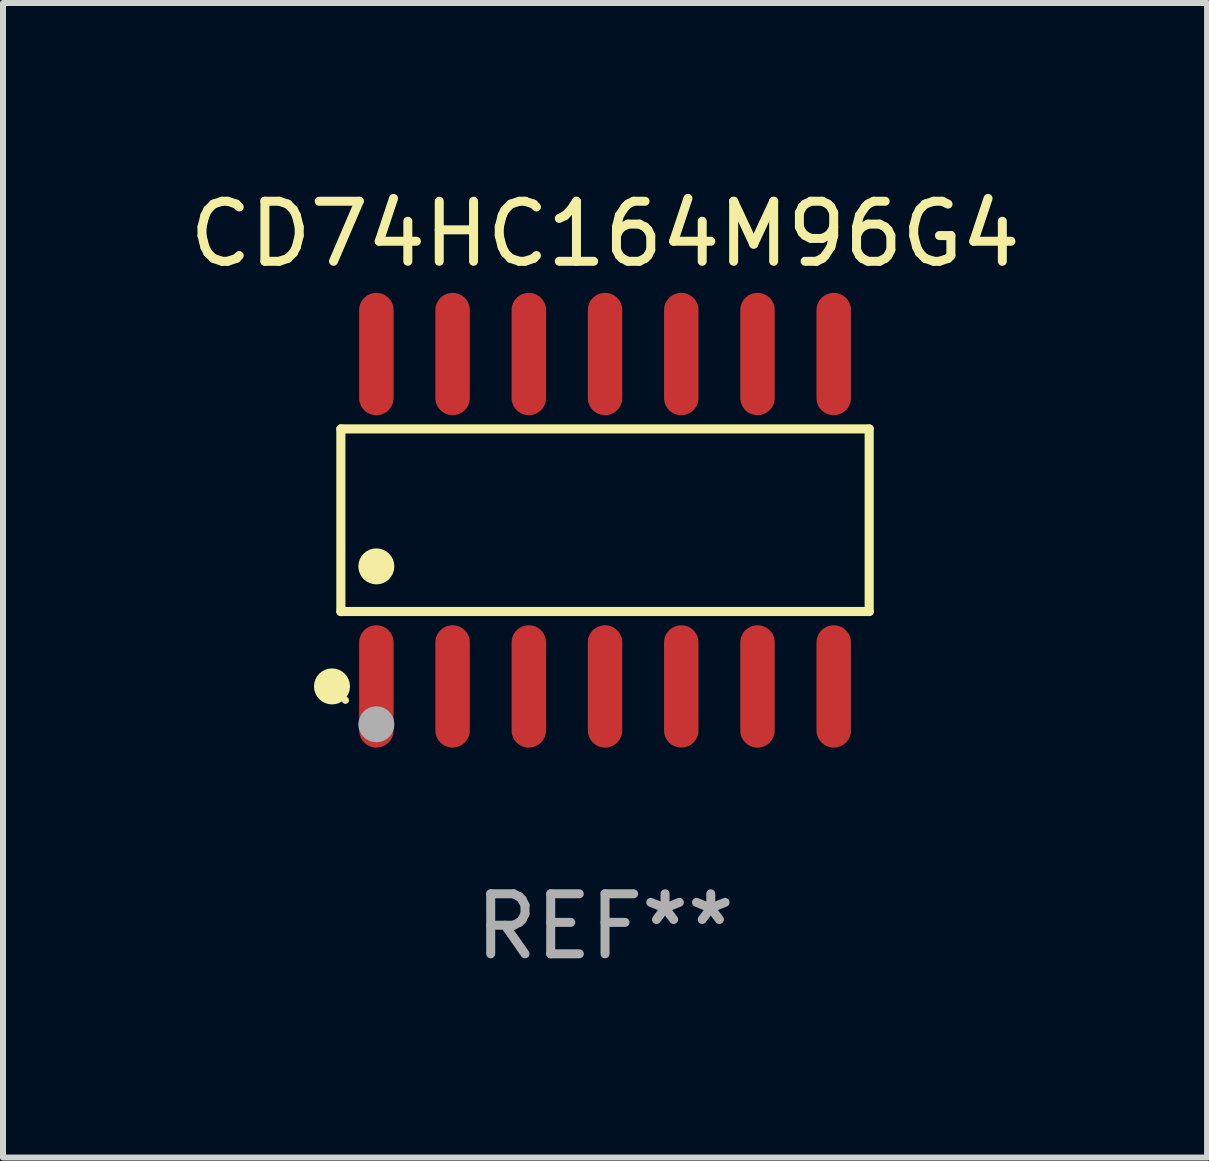
<source format=kicad_pcb>
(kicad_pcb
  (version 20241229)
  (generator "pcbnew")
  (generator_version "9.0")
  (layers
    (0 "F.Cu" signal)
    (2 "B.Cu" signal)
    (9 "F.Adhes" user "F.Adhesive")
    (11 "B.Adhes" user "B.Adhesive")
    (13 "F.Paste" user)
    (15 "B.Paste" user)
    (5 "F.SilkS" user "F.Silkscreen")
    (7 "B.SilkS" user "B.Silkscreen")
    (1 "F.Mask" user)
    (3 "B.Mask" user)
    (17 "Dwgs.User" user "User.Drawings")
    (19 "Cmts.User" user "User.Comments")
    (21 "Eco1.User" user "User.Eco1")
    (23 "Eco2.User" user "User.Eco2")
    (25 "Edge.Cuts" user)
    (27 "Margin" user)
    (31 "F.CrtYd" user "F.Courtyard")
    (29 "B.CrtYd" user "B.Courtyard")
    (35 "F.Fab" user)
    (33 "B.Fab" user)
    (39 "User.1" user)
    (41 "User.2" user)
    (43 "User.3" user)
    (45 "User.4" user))
  (footprint "CD74HC164M96G4"
    (layer "F.Cu")
    (at 7.03 5.617)
    (property "Reference" "CD74HC164M96G4" (at 0 -4.769 0) (layer "F.SilkS") (effects (font (size 1 1) (thickness 0.15))))
    (attr through_hole)
    (fp_line (start -4.401 -1.521) (end 4.401 -1.521) (stroke (width 0.152) (type solid)) (layer "F.SilkS"))
    (fp_line (start -4.401 1.521) (end -4.401 -1.521) (stroke (width 0.152) (type solid)) (layer "F.SilkS"))
    (fp_line (start 4.401 -1.521) (end 4.401 1.521) (stroke (width 0.152) (type solid)) (layer "F.SilkS"))
    (fp_line (start 4.401 1.521) (end -4.401 1.521) (stroke (width 0.152) (type solid)) (layer "F.SilkS"))
    (fp_circle (center -4.549 2.769) (end -4.399 2.769) (stroke (width 0.3) (type solid)) (fill no) (layer "F.SilkS"))
    (fp_circle (center -4.325 3) (end -4.295 3) (stroke (width 0.06) (type solid)) (fill no) (layer "F.SilkS"))
    (fp_circle (center -3.81 0.769) (end -3.66 0.769) (stroke (width 0.3) (type solid)) (fill no) (layer "F.SilkS"))
    (fp_circle (center -3.81 3.4) (end -3.66 3.4) (stroke (width 0.3) (type solid)) (fill no) (layer "F.Fab"))
    (fp_text user "REF**" (at 0 6.769 0) (layer "F.Fab") (effects (font (size 1 1) (thickness 0.15))))
    (pad "1" smd oval (at -3.81 2.769) (size 0.574 2.038) (layers "F.Cu" "F.Mask" "F.Paste"))
    (pad "2" smd oval (at -2.54 2.769) (size 0.574 2.038) (layers "F.Cu" "F.Mask" "F.Paste"))
    (pad "3" smd oval (at -1.27 2.769) (size 0.574 2.038) (layers "F.Cu" "F.Mask" "F.Paste"))
    (pad "4" smd oval (at 0 2.769) (size 0.574 2.038) (layers "F.Cu" "F.Mask" "F.Paste"))
    (pad "5" smd oval (at 1.27 2.769) (size 0.574 2.038) (layers "F.Cu" "F.Mask" "F.Paste"))
    (pad "6" smd oval (at 2.54 2.769) (size 0.574 2.038) (layers "F.Cu" "F.Mask" "F.Paste"))
    (pad "7" smd oval (at 3.81 2.769) (size 0.574 2.038) (layers "F.Cu" "F.Mask" "F.Paste"))
    (pad "8" smd oval (at 3.81 -2.769) (size 0.574 2.038) (layers "F.Cu" "F.Mask" "F.Paste"))
    (pad "9" smd oval (at 2.54 -2.769) (size 0.574 2.038) (layers "F.Cu" "F.Mask" "F.Paste"))
    (pad "10" smd oval (at 1.27 -2.769) (size 0.574 2.038) (layers "F.Cu" "F.Mask" "F.Paste"))
    (pad "11" smd oval (at 0 -2.769) (size 0.574 2.038) (layers "F.Cu" "F.Mask" "F.Paste"))
    (pad "12" smd oval (at -1.27 -2.769) (size 0.574 2.038) (layers "F.Cu" "F.Mask" "F.Paste"))
    (pad "13" smd oval (at -2.54 -2.769) (size 0.574 2.038) (layers "F.Cu" "F.Mask" "F.Paste"))
    (pad "14" smd oval (at -3.81 -2.769) (size 0.574 2.038) (layers "F.Cu" "F.Mask" "F.Paste")))
  (gr_rect
    (start -3 -3)
    (end 17.06 16.235)
    (stroke (width 0.1) (type default))
    (fill no)
    (layer "Edge.Cuts")))
</source>
